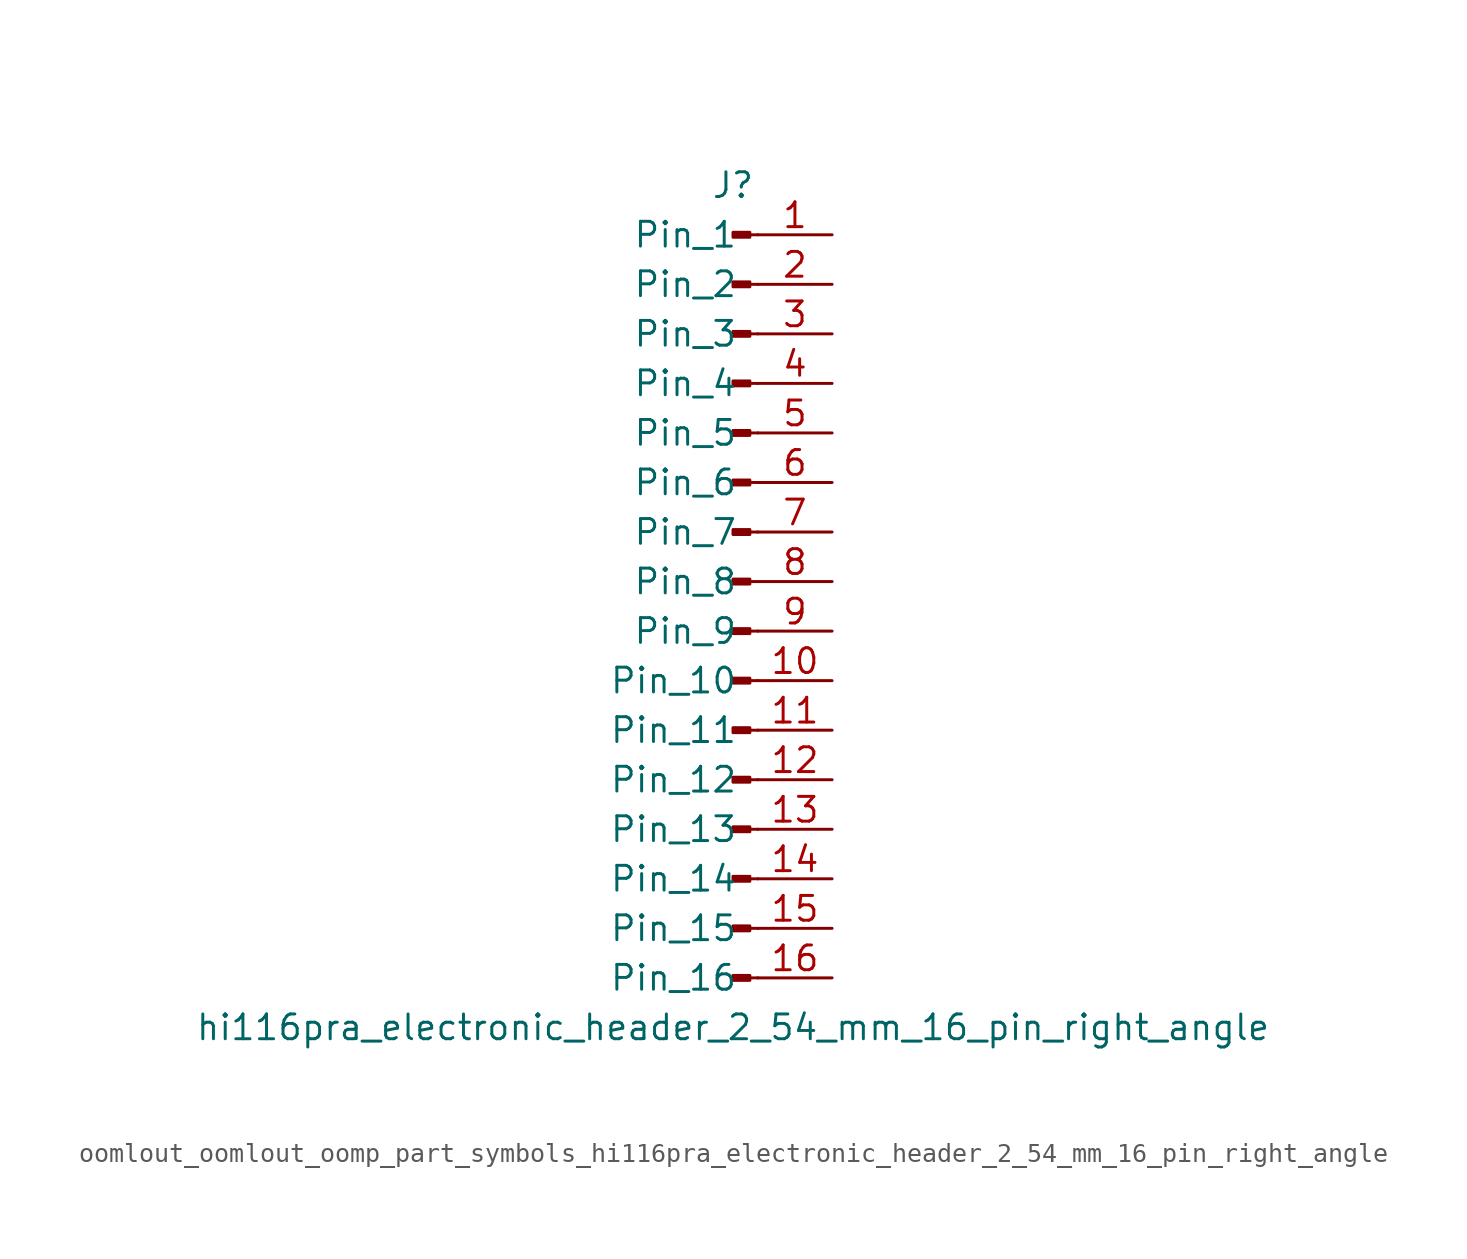
<source format=kicad_sym>
(kicad_symbol_lib
  (version 20220914)
  (generator kicad_symbol_editor)
  (symbol "oomlout_oomlout_oomp_part_symbols_hi116pra_electronic_header_2_54_mm_16_pin_right_angle"
    (pin_names
      (offset 1.016))
    (property "Reference" "J"
      (at 0 20.32 0)
      (effects (font (size 1.27 1.27))))
    (property "Value" "hi116pra_electronic_header_2_54_mm_16_pin_right_angle"
      (at 0 -22.86 0)
      (effects (font (size 1.27 1.27))))
    (property "ki_locked" ""
      (at 0 0 0)
      (effects (font (size 1.27 1.27))))
    (symbol "oomlout_oomlout_oomp_part_symbols_hi116pra_electronic_header_2_54_mm_16_pin_right_angle_1_1"
      (polyline (pts (xy 1.27 -20.32) (xy 0.864 -20.32)) (stroke (width 0.152) (type default)) (fill (type none)))
      (polyline (pts (xy 1.27 -17.78) (xy 0.864 -17.78)) (stroke (width 0.152) (type default)) (fill (type none)))
      (polyline (pts (xy 1.27 -15.24) (xy 0.864 -15.24)) (stroke (width 0.152) (type default)) (fill (type none)))
      (polyline (pts (xy 1.27 -12.7) (xy 0.864 -12.7)) (stroke (width 0.152) (type default)) (fill (type none)))
      (polyline (pts (xy 1.27 -10.16) (xy 0.864 -10.16)) (stroke (width 0.152) (type default)) (fill (type none)))
      (polyline (pts (xy 1.27 -7.62) (xy 0.864 -7.62)) (stroke (width 0.152) (type default)) (fill (type none)))
      (polyline (pts (xy 1.27 -5.08) (xy 0.864 -5.08)) (stroke (width 0.152) (type default)) (fill (type none)))
      (polyline (pts (xy 1.27 -2.54) (xy 0.864 -2.54)) (stroke (width 0.152) (type default)) (fill (type none)))
      (polyline (pts (xy 1.27 0) (xy 0.864 0)) (stroke (width 0.152) (type default)) (fill (type none)))
      (polyline (pts (xy 1.27 2.54) (xy 0.864 2.54)) (stroke (width 0.152) (type default)) (fill (type none)))
      (polyline (pts (xy 1.27 5.08) (xy 0.864 5.08)) (stroke (width 0.152) (type default)) (fill (type none)))
      (polyline (pts (xy 1.27 7.62) (xy 0.864 7.62)) (stroke (width 0.152) (type default)) (fill (type none)))
      (polyline (pts (xy 1.27 10.16) (xy 0.864 10.16)) (stroke (width 0.152) (type default)) (fill (type none)))
      (polyline (pts (xy 1.27 12.7) (xy 0.864 12.7)) (stroke (width 0.152) (type default)) (fill (type none)))
      (polyline (pts (xy 1.27 15.24) (xy 0.864 15.24)) (stroke (width 0.152) (type default)) (fill (type none)))
      (polyline (pts (xy 1.27 17.78) (xy 0.864 17.78)) (stroke (width 0.152) (type default)) (fill (type none)))
      (rectangle (start 0.864 -20.193) (end 0 -20.447) (stroke (width 0.152) (type default)) (fill (type outline)))
      (rectangle (start 0.864 -17.653) (end 0 -17.907) (stroke (width 0.152) (type default)) (fill (type outline)))
      (rectangle (start 0.864 -15.113) (end 0 -15.367) (stroke (width 0.152) (type default)) (fill (type outline)))
      (rectangle (start 0.864 -12.573) (end 0 -12.827) (stroke (width 0.152) (type default)) (fill (type outline)))
      (rectangle (start 0.864 -10.033) (end 0 -10.287) (stroke (width 0.152) (type default)) (fill (type outline)))
      (rectangle (start 0.864 -7.493) (end 0 -7.747) (stroke (width 0.152) (type default)) (fill (type outline)))
      (rectangle (start 0.864 -4.953) (end 0 -5.207) (stroke (width 0.152) (type default)) (fill (type outline)))
      (rectangle (start 0.864 -2.413) (end 0 -2.667) (stroke (width 0.152) (type default)) (fill (type outline)))
      (rectangle (start 0.864 0.127) (end 0 -0.127) (stroke (width 0.152) (type default)) (fill (type outline)))
      (rectangle (start 0.864 2.667) (end 0 2.413) (stroke (width 0.152) (type default)) (fill (type outline)))
      (rectangle (start 0.864 5.207) (end 0 4.953) (stroke (width 0.152) (type default)) (fill (type outline)))
      (rectangle (start 0.864 7.747) (end 0 7.493) (stroke (width 0.152) (type default)) (fill (type outline)))
      (rectangle (start 0.864 10.287) (end 0 10.033) (stroke (width 0.152) (type default)) (fill (type outline)))
      (rectangle (start 0.864 12.827) (end 0 12.573) (stroke (width 0.152) (type default)) (fill (type outline)))
      (rectangle (start 0.864 15.367) (end 0 15.113) (stroke (width 0.152) (type default)) (fill (type outline)))
      (rectangle (start 0.864 17.907) (end 0 17.653) (stroke (width 0.152) (type default)) (fill (type outline)))
      (pin passive line (at 5.08 17.78 180) (length 3.81) (name "Pin_1" (effects (font (size 1.27 1.27)))) (number "1" (effects (font (size 1.27 1.27)))))
      (pin passive line (at 5.08 -5.08 180) (length 3.81) (name "Pin_10" (effects (font (size 1.27 1.27)))) (number "10" (effects (font (size 1.27 1.27)))))
      (pin passive line (at 5.08 -7.62 180) (length 3.81) (name "Pin_11" (effects (font (size 1.27 1.27)))) (number "11" (effects (font (size 1.27 1.27)))))
      (pin passive line (at 5.08 -10.16 180) (length 3.81) (name "Pin_12" (effects (font (size 1.27 1.27)))) (number "12" (effects (font (size 1.27 1.27)))))
      (pin passive line (at 5.08 -12.7 180) (length 3.81) (name "Pin_13" (effects (font (size 1.27 1.27)))) (number "13" (effects (font (size 1.27 1.27)))))
      (pin passive line (at 5.08 -15.24 180) (length 3.81) (name "Pin_14" (effects (font (size 1.27 1.27)))) (number "14" (effects (font (size 1.27 1.27)))))
      (pin passive line (at 5.08 -17.78 180) (length 3.81) (name "Pin_15" (effects (font (size 1.27 1.27)))) (number "15" (effects (font (size 1.27 1.27)))))
      (pin passive line (at 5.08 -20.32 180) (length 3.81) (name "Pin_16" (effects (font (size 1.27 1.27)))) (number "16" (effects (font (size 1.27 1.27)))))
      (pin passive line (at 5.08 15.24 180) (length 3.81) (name "Pin_2" (effects (font (size 1.27 1.27)))) (number "2" (effects (font (size 1.27 1.27)))))
      (pin passive line (at 5.08 12.7 180) (length 3.81) (name "Pin_3" (effects (font (size 1.27 1.27)))) (number "3" (effects (font (size 1.27 1.27)))))
      (pin passive line (at 5.08 10.16 180) (length 3.81) (name "Pin_4" (effects (font (size 1.27 1.27)))) (number "4" (effects (font (size 1.27 1.27)))))
      (pin passive line (at 5.08 7.62 180) (length 3.81) (name "Pin_5" (effects (font (size 1.27 1.27)))) (number "5" (effects (font (size 1.27 1.27)))))
      (pin passive line (at 5.08 5.08 180) (length 3.81) (name "Pin_6" (effects (font (size 1.27 1.27)))) (number "6" (effects (font (size 1.27 1.27)))))
      (pin passive line (at 5.08 2.54 180) (length 3.81) (name "Pin_7" (effects (font (size 1.27 1.27)))) (number "7" (effects (font (size 1.27 1.27)))))
      (pin passive line (at 5.08 0 180) (length 3.81) (name "Pin_8" (effects (font (size 1.27 1.27)))) (number "8" (effects (font (size 1.27 1.27)))))
      (pin passive line (at 5.08 -2.54 180) (length 3.81) (name "Pin_9" (effects (font (size 1.27 1.27)))) (number "9" (effects (font (size 1.27 1.27))))))))
</source>
